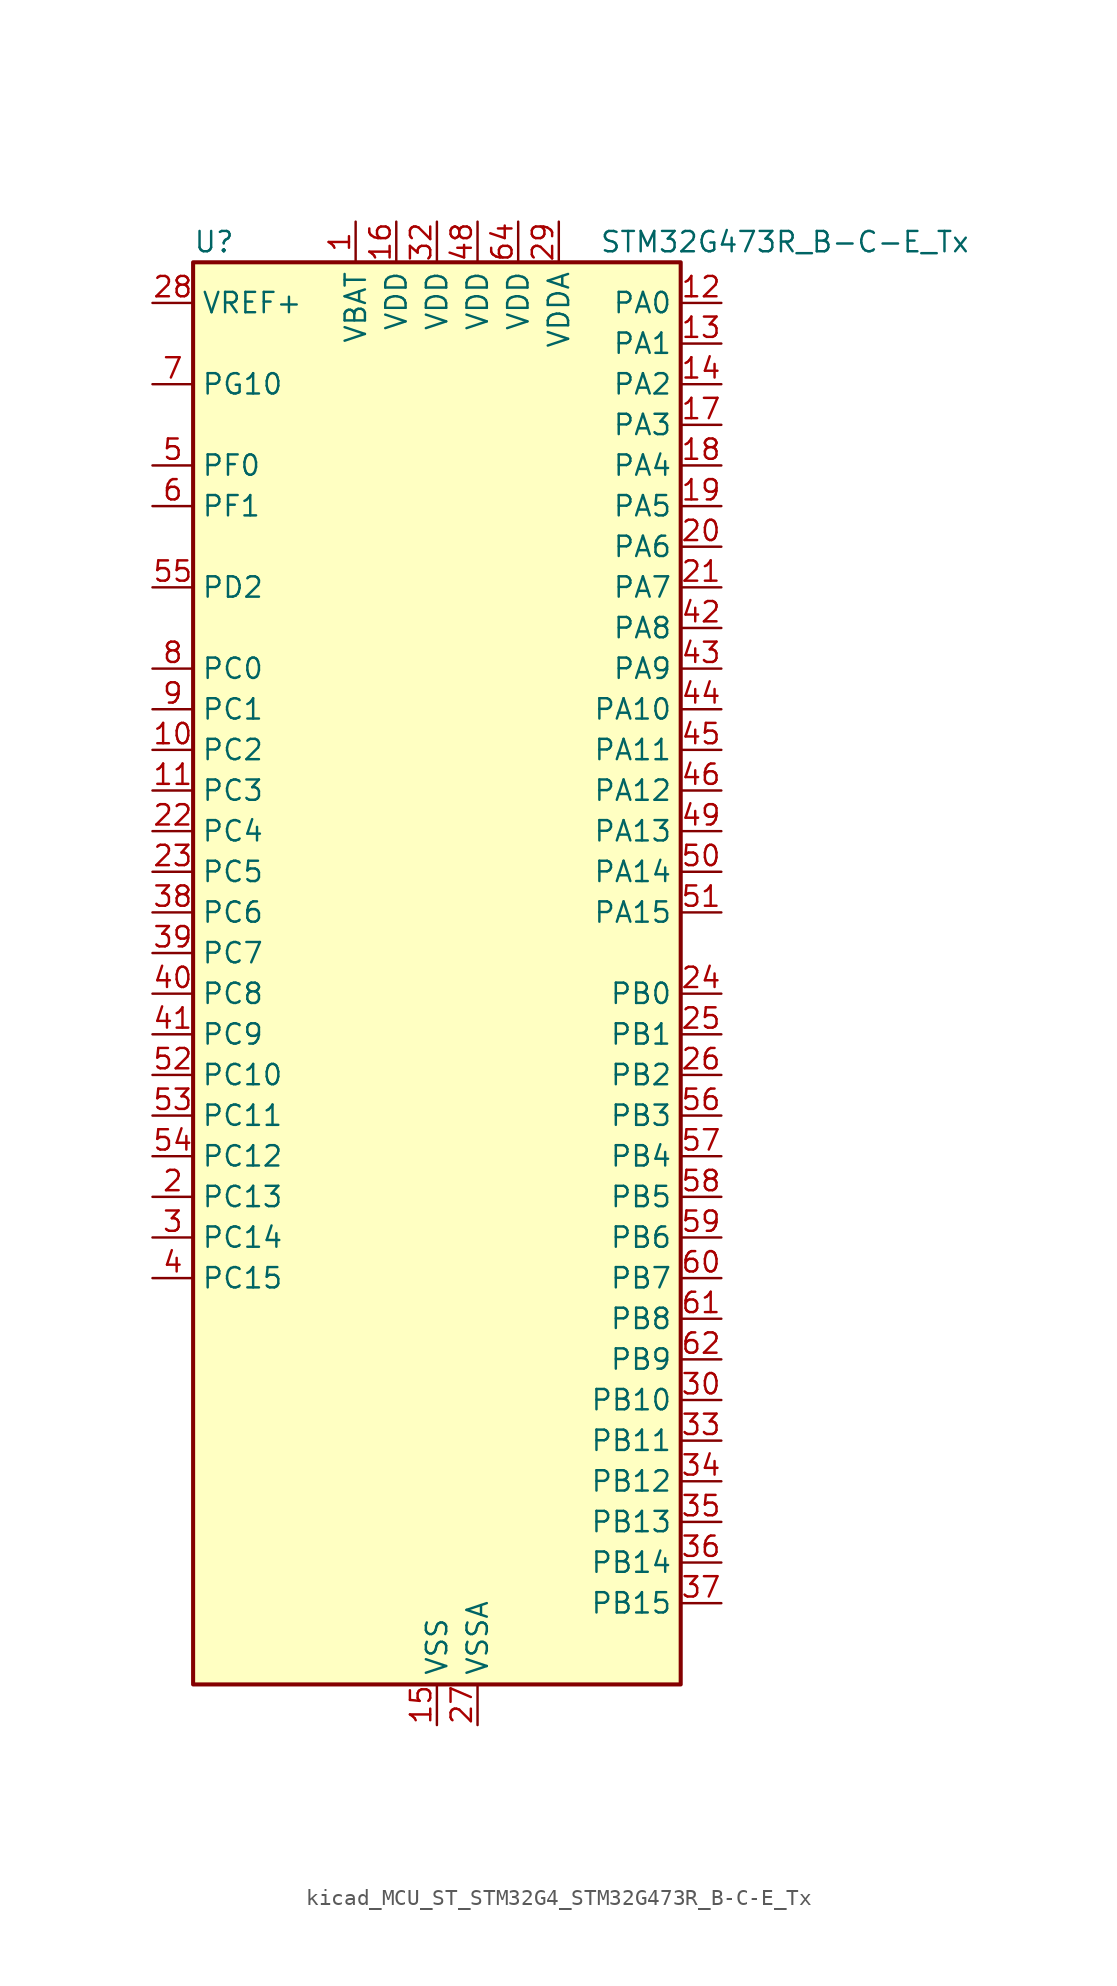
<source format=kicad_sym>
(kicad_symbol_lib
  (version 20220914)
  (generator kicad_symbol_editor)
  (symbol "kicad_MCU_ST_STM32G4_STM32G473R_B-C-E_Tx"
    (property "Reference" "U"
      (at -15.24 46.99 0)
      (effects (font (size 1.27 1.27)) (justify left)))
    (property "Value" "STM32G473R_B-C-E_Tx"
      (at 10.16 46.99 0)
      (effects (font (size 1.27 1.27)) (justify left)))
    (property "ki_locked" ""
      (at 0 0 0)
      (effects (font (size 1.27 1.27))))
    (symbol "kicad_MCU_ST_STM32G4_STM32G473R_B-C-E_Tx_0_1"
      (rectangle (start -15.24 -43.18) (end 15.24 45.72) (stroke (width 0.254) (type default)) (fill (type background))))
    (symbol "kicad_MCU_ST_STM32G4_STM32G473R_B-C-E_Tx_1_1"
      (pin power_in line (at -5.08 48.26 270) (length 2.54) (name "VBAT" (effects (font (size 1.27 1.27)))) (number "1" (effects (font (size 1.27 1.27)))))
      (pin bidirectional line (at -17.78 15.24 0) (length 2.54) (name "PC2" (effects (font (size 1.27 1.27)))) (number "10" (effects (font (size 1.27 1.27)))) (alternate "ADC1_IN8" bidirectional line) (alternate "ADC2_IN8" bidirectional line) (alternate "ADC3_EXTI2" bidirectional line) (alternate "ADC4_EXTI2" bidirectional line) (alternate "ADC5_EXTI2" bidirectional line) (alternate "COMP3_OUT" bidirectional line) (alternate "LPTIM1_IN2" bidirectional line) (alternate "QUADSPI1_BK2_IO1" bidirectional line) (alternate "TIM1_CH3" bidirectional line) (alternate "TIM20_CH2" bidirectional line))
      (pin bidirectional line (at -17.78 12.7 0) (length 2.54) (name "PC3" (effects (font (size 1.27 1.27)))) (number "11" (effects (font (size 1.27 1.27)))) (alternate "ADC1_IN9" bidirectional line) (alternate "ADC2_IN9" bidirectional line) (alternate "ADC3_EXTI3" bidirectional line) (alternate "ADC4_EXTI3" bidirectional line) (alternate "ADC5_EXTI3" bidirectional line) (alternate "LPTIM1_ETR" bidirectional line) (alternate "OPAMP5_VINP" bidirectional line) (alternate "OPAMP5_VINP_SEC" bidirectional line) (alternate "QUADSPI1_BK2_IO2" bidirectional line) (alternate "SAI1_D1" bidirectional line) (alternate "SAI1_SD_A" bidirectional line) (alternate "TIM1_BKIN2" bidirectional line) (alternate "TIM1_CH4" bidirectional line))
      (pin bidirectional line (at 17.78 43.18 180) (length 2.54) (name "PA0" (effects (font (size 1.27 1.27)))) (number "12" (effects (font (size 1.27 1.27)))) (alternate "ADC1_IN1" bidirectional line) (alternate "ADC2_IN1" bidirectional line) (alternate "COMP1_INM" bidirectional line) (alternate "COMP1_OUT" bidirectional line) (alternate "COMP3_INP" bidirectional line) (alternate "RTC_TAMP2" bidirectional line) (alternate "SYS_WKUP1" bidirectional line) (alternate "TIM2_CH1" bidirectional line) (alternate "TIM2_ETR" bidirectional line) (alternate "TIM5_CH1" bidirectional line) (alternate "TIM8_BKIN" bidirectional line) (alternate "TIM8_ETR" bidirectional line) (alternate "USART2_CTS" bidirectional line) (alternate "USART2_NSS" bidirectional line))
      (pin bidirectional line (at 17.78 40.64 180) (length 2.54) (name "PA1" (effects (font (size 1.27 1.27)))) (number "13" (effects (font (size 1.27 1.27)))) (alternate "ADC1_IN2" bidirectional line) (alternate "ADC2_IN2" bidirectional line) (alternate "COMP1_INP" bidirectional line) (alternate "OPAMP1_VINP" bidirectional line) (alternate "OPAMP1_VINP_SEC" bidirectional line) (alternate "OPAMP3_VINP" bidirectional line) (alternate "OPAMP3_VINP_SEC" bidirectional line) (alternate "OPAMP6_VINM" bidirectional line) (alternate "OPAMP6_VINM0" bidirectional line) (alternate "OPAMP6_VINM_SEC" bidirectional line) (alternate "RTC_REFIN" bidirectional line) (alternate "TIM15_CH1N" bidirectional line) (alternate "TIM2_CH2" bidirectional line) (alternate "TIM5_CH2" bidirectional line) (alternate "USART2_DE" bidirectional line) (alternate "USART2_RTS" bidirectional line))
      (pin bidirectional line (at 17.78 38.1 180) (length 2.54) (name "PA2" (effects (font (size 1.27 1.27)))) (number "14" (effects (font (size 1.27 1.27)))) (alternate "ADC1_IN3" bidirectional line) (alternate "ADC3_EXTI2" bidirectional line) (alternate "ADC4_EXTI2" bidirectional line) (alternate "ADC5_EXTI2" bidirectional line) (alternate "COMP2_INM" bidirectional line) (alternate "COMP2_OUT" bidirectional line) (alternate "LPUART1_TX" bidirectional line) (alternate "OPAMP1_VOUT" bidirectional line) (alternate "QUADSPI1_BK1_NCS" bidirectional line) (alternate "RCC_LSCO" bidirectional line) (alternate "SYS_WKUP4" bidirectional line) (alternate "TIM15_CH1" bidirectional line) (alternate "TIM2_CH3" bidirectional line) (alternate "TIM5_CH3" bidirectional line) (alternate "UCPD1_FRSTX1" bidirectional line) (alternate "UCPD1_FRSTX2" bidirectional line) (alternate "USART2_TX" bidirectional line))
      (pin power_in line (at 0 -45.72 90) (length 2.54) (name "VSS" (effects (font (size 1.27 1.27)))) (number "15" (effects (font (size 1.27 1.27)))))
      (pin power_in line (at -2.54 48.26 270) (length 2.54) (name "VDD" (effects (font (size 1.27 1.27)))) (number "16" (effects (font (size 1.27 1.27)))))
      (pin bidirectional line (at 17.78 35.56 180) (length 2.54) (name "PA3" (effects (font (size 1.27 1.27)))) (number "17" (effects (font (size 1.27 1.27)))) (alternate "ADC1_IN4" bidirectional line) (alternate "ADC3_EXTI3" bidirectional line) (alternate "ADC4_EXTI3" bidirectional line) (alternate "ADC5_EXTI3" bidirectional line) (alternate "COMP2_INP" bidirectional line) (alternate "LPUART1_RX" bidirectional line) (alternate "OPAMP1_VINM" bidirectional line) (alternate "OPAMP1_VINM0" bidirectional line) (alternate "OPAMP1_VINM_SEC" bidirectional line) (alternate "OPAMP1_VINP" bidirectional line) (alternate "OPAMP1_VINP_SEC" bidirectional line) (alternate "OPAMP5_VINM" bidirectional line) (alternate "OPAMP5_VINM1" bidirectional line) (alternate "OPAMP5_VINM_SEC" bidirectional line) (alternate "QUADSPI1_CLK" bidirectional line) (alternate "SAI1_CK1" bidirectional line) (alternate "SAI1_MCLK_A" bidirectional line) (alternate "TIM15_CH2" bidirectional line) (alternate "TIM2_CH4" bidirectional line) (alternate "TIM5_CH4" bidirectional line) (alternate "USART2_RX" bidirectional line))
      (pin bidirectional line (at 17.78 33.02 180) (length 2.54) (name "PA4" (effects (font (size 1.27 1.27)))) (number "18" (effects (font (size 1.27 1.27)))) (alternate "ADC2_IN17" bidirectional line) (alternate "COMP1_INM" bidirectional line) (alternate "DAC1_OUT1" bidirectional line) (alternate "I2S3_WS" bidirectional line) (alternate "SAI1_FS_B" bidirectional line) (alternate "SPI1_NSS" bidirectional line) (alternate "SPI3_NSS" bidirectional line) (alternate "TIM3_CH2" bidirectional line) (alternate "USART2_CK" bidirectional line))
      (pin bidirectional line (at 17.78 30.48 180) (length 2.54) (name "PA5" (effects (font (size 1.27 1.27)))) (number "19" (effects (font (size 1.27 1.27)))) (alternate "ADC2_IN13" bidirectional line) (alternate "COMP2_INM" bidirectional line) (alternate "DAC1_OUT2" bidirectional line) (alternate "OPAMP2_VINM" bidirectional line) (alternate "OPAMP2_VINM0" bidirectional line) (alternate "OPAMP2_VINM_SEC" bidirectional line) (alternate "SPI1_SCK" bidirectional line) (alternate "TIM2_CH1" bidirectional line) (alternate "TIM2_ETR" bidirectional line) (alternate "UCPD1_FRSTX1" bidirectional line) (alternate "UCPD1_FRSTX2" bidirectional line))
      (pin bidirectional line (at -17.78 -12.7 0) (length 2.54) (name "PC13" (effects (font (size 1.27 1.27)))) (number "2" (effects (font (size 1.27 1.27)))) (alternate "RTC_OUT1" bidirectional line) (alternate "RTC_TAMP1" bidirectional line) (alternate "RTC_TS" bidirectional line) (alternate "SYS_WKUP2" bidirectional line) (alternate "TIM1_BKIN" bidirectional line) (alternate "TIM1_CH1N" bidirectional line) (alternate "TIM8_CH4N" bidirectional line))
      (pin bidirectional line (at 17.78 27.94 180) (length 2.54) (name "PA6" (effects (font (size 1.27 1.27)))) (number "20" (effects (font (size 1.27 1.27)))) (alternate "ADC2_IN3" bidirectional line) (alternate "COMP1_OUT" bidirectional line) (alternate "DAC2_OUT1" bidirectional line) (alternate "LPUART1_CTS" bidirectional line) (alternate "OPAMP2_VOUT" bidirectional line) (alternate "QUADSPI1_BK1_IO3" bidirectional line) (alternate "SPI1_MISO" bidirectional line) (alternate "TIM16_CH1" bidirectional line) (alternate "TIM1_BKIN" bidirectional line) (alternate "TIM3_CH1" bidirectional line) (alternate "TIM8_BKIN" bidirectional line))
      (pin bidirectional line (at 17.78 25.4 180) (length 2.54) (name "PA7" (effects (font (size 1.27 1.27)))) (number "21" (effects (font (size 1.27 1.27)))) (alternate "ADC2_IN4" bidirectional line) (alternate "COMP2_INP" bidirectional line) (alternate "COMP2_OUT" bidirectional line) (alternate "OPAMP1_VINP" bidirectional line) (alternate "OPAMP1_VINP_SEC" bidirectional line) (alternate "OPAMP2_VINP" bidirectional line) (alternate "OPAMP2_VINP_SEC" bidirectional line) (alternate "QUADSPI1_BK1_IO2" bidirectional line) (alternate "SPI1_MOSI" bidirectional line) (alternate "TIM17_CH1" bidirectional line) (alternate "TIM1_CH1N" bidirectional line) (alternate "TIM3_CH2" bidirectional line) (alternate "TIM8_CH1N" bidirectional line) (alternate "UCPD1_FRSTX1" bidirectional line) (alternate "UCPD1_FRSTX2" bidirectional line))
      (pin bidirectional line (at -17.78 10.16 0) (length 2.54) (name "PC4" (effects (font (size 1.27 1.27)))) (number "22" (effects (font (size 1.27 1.27)))) (alternate "ADC2_IN5" bidirectional line) (alternate "I2C2_SCL" bidirectional line) (alternate "QUADSPI1_BK2_IO3" bidirectional line) (alternate "TIM1_ETR" bidirectional line) (alternate "USART1_TX" bidirectional line))
      (pin bidirectional line (at -17.78 7.62 0) (length 2.54) (name "PC5" (effects (font (size 1.27 1.27)))) (number "23" (effects (font (size 1.27 1.27)))) (alternate "ADC2_IN11" bidirectional line) (alternate "OPAMP1_VINM" bidirectional line) (alternate "OPAMP1_VINM1" bidirectional line) (alternate "OPAMP1_VINM_SEC" bidirectional line) (alternate "OPAMP2_VINM" bidirectional line) (alternate "OPAMP2_VINM1" bidirectional line) (alternate "OPAMP2_VINM_SEC" bidirectional line) (alternate "SAI1_D3" bidirectional line) (alternate "SYS_WKUP5" bidirectional line) (alternate "TIM15_BKIN" bidirectional line) (alternate "TIM1_CH4N" bidirectional line) (alternate "USART1_RX" bidirectional line))
      (pin bidirectional line (at 17.78 0 180) (length 2.54) (name "PB0" (effects (font (size 1.27 1.27)))) (number "24" (effects (font (size 1.27 1.27)))) (alternate "ADC1_IN15" bidirectional line) (alternate "ADC3_IN12" bidirectional line) (alternate "COMP4_INP" bidirectional line) (alternate "OPAMP2_VINP" bidirectional line) (alternate "OPAMP2_VINP_SEC" bidirectional line) (alternate "OPAMP3_VINP" bidirectional line) (alternate "OPAMP3_VINP_SEC" bidirectional line) (alternate "QUADSPI1_BK1_IO1" bidirectional line) (alternate "TIM1_CH2N" bidirectional line) (alternate "TIM3_CH3" bidirectional line) (alternate "TIM8_CH2N" bidirectional line) (alternate "UCPD1_FRSTX1" bidirectional line) (alternate "UCPD1_FRSTX2" bidirectional line))
      (pin bidirectional line (at 17.78 -2.54 180) (length 2.54) (name "PB1" (effects (font (size 1.27 1.27)))) (number "25" (effects (font (size 1.27 1.27)))) (alternate "ADC1_IN12" bidirectional line) (alternate "ADC3_IN1" bidirectional line) (alternate "COMP1_INP" bidirectional line) (alternate "COMP4_OUT" bidirectional line) (alternate "LPUART1_DE" bidirectional line) (alternate "LPUART1_RTS" bidirectional line) (alternate "OPAMP3_VOUT" bidirectional line) (alternate "OPAMP6_VINM" bidirectional line) (alternate "OPAMP6_VINM1" bidirectional line) (alternate "OPAMP6_VINM_SEC" bidirectional line) (alternate "QUADSPI1_BK1_IO0" bidirectional line) (alternate "TIM1_CH3N" bidirectional line) (alternate "TIM3_CH4" bidirectional line) (alternate "TIM8_CH3N" bidirectional line))
      (pin bidirectional line (at 17.78 -5.08 180) (length 2.54) (name "PB2" (effects (font (size 1.27 1.27)))) (number "26" (effects (font (size 1.27 1.27)))) (alternate "ADC2_IN12" bidirectional line) (alternate "ADC3_EXTI2" bidirectional line) (alternate "ADC4_EXTI2" bidirectional line) (alternate "ADC5_EXTI2" bidirectional line) (alternate "COMP4_INM" bidirectional line) (alternate "I2C3_SMBA" bidirectional line) (alternate "LPTIM1_OUT" bidirectional line) (alternate "OPAMP3_VINM" bidirectional line) (alternate "OPAMP3_VINM0" bidirectional line) (alternate "OPAMP3_VINM_SEC" bidirectional line) (alternate "QUADSPI1_BK2_IO1" bidirectional line) (alternate "RTC_OUT2" bidirectional line) (alternate "TIM20_CH1" bidirectional line) (alternate "TIM5_CH1" bidirectional line))
      (pin power_in line (at 2.54 -45.72 90) (length 2.54) (name "VSSA" (effects (font (size 1.27 1.27)))) (number "27" (effects (font (size 1.27 1.27)))))
      (pin input line (at -17.78 43.18 0) (length 2.54) (name "VREF+" (effects (font (size 1.27 1.27)))) (number "28" (effects (font (size 1.27 1.27)))) (alternate "VREFBUF_OUT" bidirectional line))
      (pin power_in line (at 7.62 48.26 270) (length 2.54) (name "VDDA" (effects (font (size 1.27 1.27)))) (number "29" (effects (font (size 1.27 1.27)))))
      (pin bidirectional line (at -17.78 -15.24 0) (length 2.54) (name "PC14" (effects (font (size 1.27 1.27)))) (number "3" (effects (font (size 1.27 1.27)))) (alternate "RCC_OSC32_IN" bidirectional line))
      (pin bidirectional line (at 17.78 -25.4 180) (length 2.54) (name "PB10" (effects (font (size 1.27 1.27)))) (number "30" (effects (font (size 1.27 1.27)))) (alternate "COMP5_INM" bidirectional line) (alternate "DAC1_EXTI10" bidirectional line) (alternate "DAC2_EXTI10" bidirectional line) (alternate "DAC3_EXTI10" bidirectional line) (alternate "DAC4_EXTI10" bidirectional line) (alternate "LPUART1_RX" bidirectional line) (alternate "OPAMP3_VINM" bidirectional line) (alternate "OPAMP3_VINM1" bidirectional line) (alternate "OPAMP3_VINM_SEC" bidirectional line) (alternate "OPAMP4_VINM" bidirectional line) (alternate "OPAMP4_VINM0" bidirectional line) (alternate "OPAMP4_VINM_SEC" bidirectional line) (alternate "QUADSPI1_CLK" bidirectional line) (alternate "SAI1_SCK_A" bidirectional line) (alternate "TIM1_BKIN" bidirectional line) (alternate "TIM2_CH3" bidirectional line) (alternate "USART3_TX" bidirectional line))
      (pin passive line (at 0 -45.72 90) (length 2.54) hide (name "VSS" (effects (font (size 1.27 1.27)))) (number "31" (effects (font (size 1.27 1.27)))))
      (pin power_in line (at 0 48.26 270) (length 2.54) (name "VDD" (effects (font (size 1.27 1.27)))) (number "32" (effects (font (size 1.27 1.27)))))
      (pin bidirectional line (at 17.78 -27.94 180) (length 2.54) (name "PB11" (effects (font (size 1.27 1.27)))) (number "33" (effects (font (size 1.27 1.27)))) (alternate "ADC1_EXTI11" bidirectional line) (alternate "ADC1_IN14" bidirectional line) (alternate "ADC2_EXTI11" bidirectional line) (alternate "ADC2_IN14" bidirectional line) (alternate "COMP6_INP" bidirectional line) (alternate "LPUART1_TX" bidirectional line) (alternate "OPAMP4_VINP" bidirectional line) (alternate "OPAMP4_VINP_SEC" bidirectional line) (alternate "OPAMP6_VOUT" bidirectional line) (alternate "QUADSPI1_BK1_NCS" bidirectional line) (alternate "TIM2_CH4" bidirectional line) (alternate "USART3_RX" bidirectional line))
      (pin bidirectional line (at 17.78 -30.48 180) (length 2.54) (name "PB12" (effects (font (size 1.27 1.27)))) (number "34" (effects (font (size 1.27 1.27)))) (alternate "ADC1_IN11" bidirectional line) (alternate "ADC4_IN3" bidirectional line) (alternate "COMP7_INM" bidirectional line) (alternate "FDCAN2_RX" bidirectional line) (alternate "I2C2_SMBA" bidirectional line) (alternate "I2S2_WS" bidirectional line) (alternate "LPUART1_DE" bidirectional line) (alternate "LPUART1_RTS" bidirectional line) (alternate "OPAMP4_VOUT" bidirectional line) (alternate "OPAMP6_VINP" bidirectional line) (alternate "OPAMP6_VINP_SEC" bidirectional line) (alternate "SPI2_NSS" bidirectional line) (alternate "TIM1_BKIN" bidirectional line) (alternate "TIM5_ETR" bidirectional line) (alternate "USART3_CK" bidirectional line))
      (pin bidirectional line (at 17.78 -33.02 180) (length 2.54) (name "PB13" (effects (font (size 1.27 1.27)))) (number "35" (effects (font (size 1.27 1.27)))) (alternate "ADC3_IN5" bidirectional line) (alternate "COMP5_INP" bidirectional line) (alternate "FDCAN2_TX" bidirectional line) (alternate "I2S2_CK" bidirectional line) (alternate "LPUART1_CTS" bidirectional line) (alternate "OPAMP3_VINP" bidirectional line) (alternate "OPAMP3_VINP_SEC" bidirectional line) (alternate "OPAMP4_VINP" bidirectional line) (alternate "OPAMP4_VINP_SEC" bidirectional line) (alternate "OPAMP6_VINP" bidirectional line) (alternate "OPAMP6_VINP_SEC" bidirectional line) (alternate "SPI2_SCK" bidirectional line) (alternate "TIM1_CH1N" bidirectional line) (alternate "USART3_CTS" bidirectional line) (alternate "USART3_NSS" bidirectional line))
      (pin bidirectional line (at 17.78 -35.56 180) (length 2.54) (name "PB14" (effects (font (size 1.27 1.27)))) (number "36" (effects (font (size 1.27 1.27)))) (alternate "ADC1_IN5" bidirectional line) (alternate "ADC4_IN4" bidirectional line) (alternate "COMP4_OUT" bidirectional line) (alternate "COMP7_INP" bidirectional line) (alternate "OPAMP2_VINP" bidirectional line) (alternate "OPAMP2_VINP_SEC" bidirectional line) (alternate "OPAMP5_VINP" bidirectional line) (alternate "OPAMP5_VINP_SEC" bidirectional line) (alternate "SPI2_MISO" bidirectional line) (alternate "TIM15_CH1" bidirectional line) (alternate "TIM1_CH2N" bidirectional line) (alternate "USART3_DE" bidirectional line) (alternate "USART3_RTS" bidirectional line))
      (pin bidirectional line (at 17.78 -38.1 180) (length 2.54) (name "PB15" (effects (font (size 1.27 1.27)))) (number "37" (effects (font (size 1.27 1.27)))) (alternate "ADC1_EXTI15" bidirectional line) (alternate "ADC2_EXTI15" bidirectional line) (alternate "ADC2_IN15" bidirectional line) (alternate "ADC4_IN5" bidirectional line) (alternate "COMP3_OUT" bidirectional line) (alternate "COMP6_INM" bidirectional line) (alternate "I2S2_SD" bidirectional line) (alternate "OPAMP5_VINM" bidirectional line) (alternate "OPAMP5_VINM0" bidirectional line) (alternate "OPAMP5_VINM_SEC" bidirectional line) (alternate "RTC_REFIN" bidirectional line) (alternate "SPI2_MOSI" bidirectional line) (alternate "TIM15_CH1N" bidirectional line) (alternate "TIM15_CH2" bidirectional line) (alternate "TIM1_CH3N" bidirectional line))
      (pin bidirectional line (at -17.78 5.08 0) (length 2.54) (name "PC6" (effects (font (size 1.27 1.27)))) (number "38" (effects (font (size 1.27 1.27)))) (alternate "COMP6_OUT" bidirectional line) (alternate "I2C4_SCL" bidirectional line) (alternate "I2S2_MCK" bidirectional line) (alternate "TIM3_CH1" bidirectional line) (alternate "TIM8_CH1" bidirectional line))
      (pin bidirectional line (at -17.78 2.54 0) (length 2.54) (name "PC7" (effects (font (size 1.27 1.27)))) (number "39" (effects (font (size 1.27 1.27)))) (alternate "COMP5_OUT" bidirectional line) (alternate "I2C4_SDA" bidirectional line) (alternate "I2S3_MCK" bidirectional line) (alternate "TIM3_CH2" bidirectional line) (alternate "TIM8_CH2" bidirectional line))
      (pin bidirectional line (at -17.78 -17.78 0) (length 2.54) (name "PC15" (effects (font (size 1.27 1.27)))) (number "4" (effects (font (size 1.27 1.27)))) (alternate "ADC1_EXTI15" bidirectional line) (alternate "ADC2_EXTI15" bidirectional line) (alternate "RCC_OSC32_OUT" bidirectional line))
      (pin bidirectional line (at -17.78 0 0) (length 2.54) (name "PC8" (effects (font (size 1.27 1.27)))) (number "40" (effects (font (size 1.27 1.27)))) (alternate "COMP7_OUT" bidirectional line) (alternate "I2C3_SCL" bidirectional line) (alternate "TIM20_CH3" bidirectional line) (alternate "TIM3_CH3" bidirectional line) (alternate "TIM8_CH3" bidirectional line))
      (pin bidirectional line (at -17.78 -2.54 0) (length 2.54) (name "PC9" (effects (font (size 1.27 1.27)))) (number "41" (effects (font (size 1.27 1.27)))) (alternate "DAC1_EXTI9" bidirectional line) (alternate "DAC2_EXTI9" bidirectional line) (alternate "DAC3_EXTI9" bidirectional line) (alternate "DAC4_EXTI9" bidirectional line) (alternate "I2C3_SDA" bidirectional line) (alternate "I2S_CKIN" bidirectional line) (alternate "TIM3_CH4" bidirectional line) (alternate "TIM8_BKIN2" bidirectional line) (alternate "TIM8_CH4" bidirectional line))
      (pin bidirectional line (at 17.78 22.86 180) (length 2.54) (name "PA8" (effects (font (size 1.27 1.27)))) (number "42" (effects (font (size 1.27 1.27)))) (alternate "ADC5_IN1" bidirectional line) (alternate "COMP7_OUT" bidirectional line) (alternate "FDCAN3_RX" bidirectional line) (alternate "I2C2_SDA" bidirectional line) (alternate "I2C3_SCL" bidirectional line) (alternate "I2S2_MCK" bidirectional line) (alternate "OPAMP5_VOUT" bidirectional line) (alternate "RCC_MCO" bidirectional line) (alternate "SAI1_CK2" bidirectional line) (alternate "SAI1_SCK_A" bidirectional line) (alternate "TIM1_CH1" bidirectional line) (alternate "TIM4_ETR" bidirectional line) (alternate "USART1_CK" bidirectional line))
      (pin bidirectional line (at 17.78 20.32 180) (length 2.54) (name "PA9" (effects (font (size 1.27 1.27)))) (number "43" (effects (font (size 1.27 1.27)))) (alternate "ADC5_IN2" bidirectional line) (alternate "COMP5_OUT" bidirectional line) (alternate "DAC1_EXTI9" bidirectional line) (alternate "DAC2_EXTI9" bidirectional line) (alternate "DAC3_EXTI9" bidirectional line) (alternate "DAC4_EXTI9" bidirectional line) (alternate "I2C2_SCL" bidirectional line) (alternate "I2C3_SMBA" bidirectional line) (alternate "I2S3_MCK" bidirectional line) (alternate "SAI1_FS_A" bidirectional line) (alternate "TIM15_BKIN" bidirectional line) (alternate "TIM1_CH2" bidirectional line) (alternate "TIM2_CH3" bidirectional line) (alternate "UCPD1_DBCC1" bidirectional line) (alternate "USART1_TX" bidirectional line))
      (pin bidirectional line (at 17.78 17.78 180) (length 2.54) (name "PA10" (effects (font (size 1.27 1.27)))) (number "44" (effects (font (size 1.27 1.27)))) (alternate "COMP6_OUT" bidirectional line) (alternate "CRS_SYNC" bidirectional line) (alternate "DAC1_EXTI10" bidirectional line) (alternate "DAC2_EXTI10" bidirectional line) (alternate "DAC3_EXTI10" bidirectional line) (alternate "DAC4_EXTI10" bidirectional line) (alternate "I2C2_SMBA" bidirectional line) (alternate "SAI1_D1" bidirectional line) (alternate "SAI1_SD_A" bidirectional line) (alternate "SPI2_MISO" bidirectional line) (alternate "TIM17_BKIN" bidirectional line) (alternate "TIM1_CH3" bidirectional line) (alternate "TIM2_CH4" bidirectional line) (alternate "TIM8_BKIN" bidirectional line) (alternate "UCPD1_DBCC2" bidirectional line) (alternate "USART1_RX" bidirectional line))
      (pin bidirectional line (at 17.78 15.24 180) (length 2.54) (name "PA11" (effects (font (size 1.27 1.27)))) (number "45" (effects (font (size 1.27 1.27)))) (alternate "ADC1_EXTI11" bidirectional line) (alternate "ADC2_EXTI11" bidirectional line) (alternate "COMP1_OUT" bidirectional line) (alternate "FDCAN1_RX" bidirectional line) (alternate "I2S2_SD" bidirectional line) (alternate "SPI2_MOSI" bidirectional line) (alternate "TIM1_BKIN2" bidirectional line) (alternate "TIM1_CH1N" bidirectional line) (alternate "TIM1_CH4" bidirectional line) (alternate "TIM4_CH1" bidirectional line) (alternate "USART1_CTS" bidirectional line) (alternate "USART1_NSS" bidirectional line) (alternate "USB_DM" bidirectional line))
      (pin bidirectional line (at 17.78 12.7 180) (length 2.54) (name "PA12" (effects (font (size 1.27 1.27)))) (number "46" (effects (font (size 1.27 1.27)))) (alternate "COMP2_OUT" bidirectional line) (alternate "FDCAN1_TX" bidirectional line) (alternate "I2S_CKIN" bidirectional line) (alternate "TIM16_CH1" bidirectional line) (alternate "TIM1_CH2N" bidirectional line) (alternate "TIM1_ETR" bidirectional line) (alternate "TIM4_CH2" bidirectional line) (alternate "USART1_DE" bidirectional line) (alternate "USART1_RTS" bidirectional line) (alternate "USB_DP" bidirectional line))
      (pin passive line (at 0 -45.72 90) (length 2.54) hide (name "VSS" (effects (font (size 1.27 1.27)))) (number "47" (effects (font (size 1.27 1.27)))))
      (pin power_in line (at 2.54 48.26 270) (length 2.54) (name "VDD" (effects (font (size 1.27 1.27)))) (number "48" (effects (font (size 1.27 1.27)))))
      (pin bidirectional line (at 17.78 10.16 180) (length 2.54) (name "PA13" (effects (font (size 1.27 1.27)))) (number "49" (effects (font (size 1.27 1.27)))) (alternate "I2C1_SCL" bidirectional line) (alternate "I2C4_SCL" bidirectional line) (alternate "IR_OUT" bidirectional line) (alternate "SAI1_SD_B" bidirectional line) (alternate "SYS_JTMS-SWDIO" bidirectional line) (alternate "TIM16_CH1N" bidirectional line) (alternate "TIM4_CH3" bidirectional line) (alternate "USART3_CTS" bidirectional line) (alternate "USART3_NSS" bidirectional line))
      (pin bidirectional line (at -17.78 33.02 0) (length 2.54) (name "PF0" (effects (font (size 1.27 1.27)))) (number "5" (effects (font (size 1.27 1.27)))) (alternate "ADC1_IN10" bidirectional line) (alternate "I2C2_SDA" bidirectional line) (alternate "I2S2_WS" bidirectional line) (alternate "RCC_OSC_IN" bidirectional line) (alternate "SPI2_NSS" bidirectional line) (alternate "TIM1_CH3N" bidirectional line))
      (pin bidirectional line (at 17.78 7.62 180) (length 2.54) (name "PA14" (effects (font (size 1.27 1.27)))) (number "50" (effects (font (size 1.27 1.27)))) (alternate "I2C1_SDA" bidirectional line) (alternate "I2C4_SMBA" bidirectional line) (alternate "LPTIM1_OUT" bidirectional line) (alternate "SAI1_FS_B" bidirectional line) (alternate "SYS_JTCK-SWCLK" bidirectional line) (alternate "TIM1_BKIN" bidirectional line) (alternate "TIM8_CH2" bidirectional line) (alternate "USART2_TX" bidirectional line))
      (pin bidirectional line (at 17.78 5.08 180) (length 2.54) (name "PA15" (effects (font (size 1.27 1.27)))) (number "51" (effects (font (size 1.27 1.27)))) (alternate "ADC1_EXTI15" bidirectional line) (alternate "ADC2_EXTI15" bidirectional line) (alternate "FDCAN3_TX" bidirectional line) (alternate "I2C1_SCL" bidirectional line) (alternate "I2S3_WS" bidirectional line) (alternate "SPI1_NSS" bidirectional line) (alternate "SPI3_NSS" bidirectional line) (alternate "SYS_JTDI" bidirectional line) (alternate "TIM1_BKIN" bidirectional line) (alternate "TIM2_CH1" bidirectional line) (alternate "TIM2_ETR" bidirectional line) (alternate "TIM8_CH1" bidirectional line) (alternate "UART4_DE" bidirectional line) (alternate "UART4_RTS" bidirectional line) (alternate "USART2_RX" bidirectional line))
      (pin bidirectional line (at -17.78 -5.08 0) (length 2.54) (name "PC10" (effects (font (size 1.27 1.27)))) (number "52" (effects (font (size 1.27 1.27)))) (alternate "DAC1_EXTI10" bidirectional line) (alternate "DAC2_EXTI10" bidirectional line) (alternate "DAC3_EXTI10" bidirectional line) (alternate "DAC4_EXTI10" bidirectional line) (alternate "I2S3_CK" bidirectional line) (alternate "SPI3_SCK" bidirectional line) (alternate "TIM8_CH1N" bidirectional line) (alternate "UART4_TX" bidirectional line) (alternate "USART3_TX" bidirectional line))
      (pin bidirectional line (at -17.78 -7.62 0) (length 2.54) (name "PC11" (effects (font (size 1.27 1.27)))) (number "53" (effects (font (size 1.27 1.27)))) (alternate "ADC1_EXTI11" bidirectional line) (alternate "ADC2_EXTI11" bidirectional line) (alternate "I2C3_SDA" bidirectional line) (alternate "SPI3_MISO" bidirectional line) (alternate "TIM8_CH2N" bidirectional line) (alternate "UART4_RX" bidirectional line) (alternate "USART3_RX" bidirectional line))
      (pin bidirectional line (at -17.78 -10.16 0) (length 2.54) (name "PC12" (effects (font (size 1.27 1.27)))) (number "54" (effects (font (size 1.27 1.27)))) (alternate "I2S3_SD" bidirectional line) (alternate "SPI3_MOSI" bidirectional line) (alternate "TIM5_CH2" bidirectional line) (alternate "TIM8_CH3N" bidirectional line) (alternate "UART5_TX" bidirectional line) (alternate "UCPD1_FRSTX1" bidirectional line) (alternate "UCPD1_FRSTX2" bidirectional line) (alternate "USART3_CK" bidirectional line))
      (pin bidirectional line (at -17.78 25.4 0) (length 2.54) (name "PD2" (effects (font (size 1.27 1.27)))) (number "55" (effects (font (size 1.27 1.27)))) (alternate "ADC3_EXTI2" bidirectional line) (alternate "ADC4_EXTI2" bidirectional line) (alternate "ADC5_EXTI2" bidirectional line) (alternate "TIM3_ETR" bidirectional line) (alternate "TIM8_BKIN" bidirectional line) (alternate "UART5_RX" bidirectional line))
      (pin bidirectional line (at 17.78 -7.62 180) (length 2.54) (name "PB3" (effects (font (size 1.27 1.27)))) (number "56" (effects (font (size 1.27 1.27)))) (alternate "ADC3_EXTI3" bidirectional line) (alternate "ADC4_EXTI3" bidirectional line) (alternate "ADC5_EXTI3" bidirectional line) (alternate "CRS_SYNC" bidirectional line) (alternate "FDCAN3_RX" bidirectional line) (alternate "I2S3_CK" bidirectional line) (alternate "SAI1_SCK_B" bidirectional line) (alternate "SPI1_SCK" bidirectional line) (alternate "SPI3_SCK" bidirectional line) (alternate "SYS_JTDO-SWO" bidirectional line) (alternate "TIM2_CH2" bidirectional line) (alternate "TIM3_ETR" bidirectional line) (alternate "TIM4_ETR" bidirectional line) (alternate "TIM8_CH1N" bidirectional line) (alternate "USART2_TX" bidirectional line))
      (pin bidirectional line (at 17.78 -10.16 180) (length 2.54) (name "PB4" (effects (font (size 1.27 1.27)))) (number "57" (effects (font (size 1.27 1.27)))) (alternate "FDCAN3_TX" bidirectional line) (alternate "SAI1_MCLK_B" bidirectional line) (alternate "SPI1_MISO" bidirectional line) (alternate "SPI3_MISO" bidirectional line) (alternate "SYS_JTRST" bidirectional line) (alternate "TIM16_CH1" bidirectional line) (alternate "TIM17_BKIN" bidirectional line) (alternate "TIM3_CH1" bidirectional line) (alternate "TIM8_CH2N" bidirectional line) (alternate "UART5_DE" bidirectional line) (alternate "UART5_RTS" bidirectional line) (alternate "UCPD1_CC2" bidirectional line) (alternate "USART2_RX" bidirectional line))
      (pin bidirectional line (at 17.78 -12.7 180) (length 2.54) (name "PB5" (effects (font (size 1.27 1.27)))) (number "58" (effects (font (size 1.27 1.27)))) (alternate "FDCAN2_RX" bidirectional line) (alternate "I2C1_SMBA" bidirectional line) (alternate "I2C3_SDA" bidirectional line) (alternate "I2S3_SD" bidirectional line) (alternate "LPTIM1_IN1" bidirectional line) (alternate "SAI1_SD_B" bidirectional line) (alternate "SPI1_MOSI" bidirectional line) (alternate "SPI3_MOSI" bidirectional line) (alternate "TIM16_BKIN" bidirectional line) (alternate "TIM17_CH1" bidirectional line) (alternate "TIM3_CH2" bidirectional line) (alternate "TIM8_CH3N" bidirectional line) (alternate "UART5_CTS" bidirectional line) (alternate "USART2_CK" bidirectional line))
      (pin bidirectional line (at 17.78 -15.24 180) (length 2.54) (name "PB6" (effects (font (size 1.27 1.27)))) (number "59" (effects (font (size 1.27 1.27)))) (alternate "COMP4_OUT" bidirectional line) (alternate "FDCAN2_TX" bidirectional line) (alternate "LPTIM1_ETR" bidirectional line) (alternate "SAI1_FS_B" bidirectional line) (alternate "TIM16_CH1N" bidirectional line) (alternate "TIM4_CH1" bidirectional line) (alternate "TIM8_BKIN2" bidirectional line) (alternate "TIM8_CH1" bidirectional line) (alternate "TIM8_ETR" bidirectional line) (alternate "UCPD1_CC1" bidirectional line) (alternate "USART1_TX" bidirectional line))
      (pin bidirectional line (at -17.78 30.48 0) (length 2.54) (name "PF1" (effects (font (size 1.27 1.27)))) (number "6" (effects (font (size 1.27 1.27)))) (alternate "ADC2_IN10" bidirectional line) (alternate "COMP3_INM" bidirectional line) (alternate "I2S2_CK" bidirectional line) (alternate "RCC_OSC_OUT" bidirectional line) (alternate "SPI2_SCK" bidirectional line))
      (pin bidirectional line (at 17.78 -17.78 180) (length 2.54) (name "PB7" (effects (font (size 1.27 1.27)))) (number "60" (effects (font (size 1.27 1.27)))) (alternate "COMP3_OUT" bidirectional line) (alternate "I2C1_SDA" bidirectional line) (alternate "I2C4_SDA" bidirectional line) (alternate "LPTIM1_IN2" bidirectional line) (alternate "SYS_PVD_IN" bidirectional line) (alternate "TIM17_CH1N" bidirectional line) (alternate "TIM3_CH4" bidirectional line) (alternate "TIM4_CH2" bidirectional line) (alternate "TIM8_BKIN" bidirectional line) (alternate "UART4_CTS" bidirectional line) (alternate "USART1_RX" bidirectional line))
      (pin bidirectional line (at 17.78 -20.32 180) (length 2.54) (name "PB8" (effects (font (size 1.27 1.27)))) (number "61" (effects (font (size 1.27 1.27)))) (alternate "COMP1_OUT" bidirectional line) (alternate "FDCAN1_RX" bidirectional line) (alternate "I2C1_SCL" bidirectional line) (alternate "SAI1_CK1" bidirectional line) (alternate "SAI1_MCLK_A" bidirectional line) (alternate "TIM16_CH1" bidirectional line) (alternate "TIM1_BKIN" bidirectional line) (alternate "TIM4_CH3" bidirectional line) (alternate "TIM8_CH2" bidirectional line) (alternate "USART3_RX" bidirectional line))
      (pin bidirectional line (at 17.78 -22.86 180) (length 2.54) (name "PB9" (effects (font (size 1.27 1.27)))) (number "62" (effects (font (size 1.27 1.27)))) (alternate "COMP2_OUT" bidirectional line) (alternate "DAC1_EXTI9" bidirectional line) (alternate "DAC2_EXTI9" bidirectional line) (alternate "DAC3_EXTI9" bidirectional line) (alternate "DAC4_EXTI9" bidirectional line) (alternate "FDCAN1_TX" bidirectional line) (alternate "I2C1_SDA" bidirectional line) (alternate "IR_OUT" bidirectional line) (alternate "SAI1_D2" bidirectional line) (alternate "SAI1_FS_A" bidirectional line) (alternate "TIM17_CH1" bidirectional line) (alternate "TIM1_CH3N" bidirectional line) (alternate "TIM4_CH4" bidirectional line) (alternate "TIM8_CH3" bidirectional line) (alternate "USART3_TX" bidirectional line))
      (pin passive line (at 0 -45.72 90) (length 2.54) hide (name "VSS" (effects (font (size 1.27 1.27)))) (number "63" (effects (font (size 1.27 1.27)))))
      (pin power_in line (at 5.08 48.26 270) (length 2.54) (name "VDD" (effects (font (size 1.27 1.27)))) (number "64" (effects (font (size 1.27 1.27)))))
      (pin bidirectional line (at -17.78 38.1 0) (length 2.54) (name "PG10" (effects (font (size 1.27 1.27)))) (number "7" (effects (font (size 1.27 1.27)))) (alternate "DAC1_EXTI10" bidirectional line) (alternate "DAC2_EXTI10" bidirectional line) (alternate "DAC3_EXTI10" bidirectional line) (alternate "DAC4_EXTI10" bidirectional line) (alternate "RCC_MCO" bidirectional line))
      (pin bidirectional line (at -17.78 20.32 0) (length 2.54) (name "PC0" (effects (font (size 1.27 1.27)))) (number "8" (effects (font (size 1.27 1.27)))) (alternate "ADC1_IN6" bidirectional line) (alternate "ADC2_IN6" bidirectional line) (alternate "COMP3_INM" bidirectional line) (alternate "LPTIM1_IN1" bidirectional line) (alternate "LPUART1_RX" bidirectional line) (alternate "TIM1_CH1" bidirectional line))
      (pin bidirectional line (at -17.78 17.78 0) (length 2.54) (name "PC1" (effects (font (size 1.27 1.27)))) (number "9" (effects (font (size 1.27 1.27)))) (alternate "ADC1_IN7" bidirectional line) (alternate "ADC2_IN7" bidirectional line) (alternate "COMP3_INP" bidirectional line) (alternate "LPTIM1_OUT" bidirectional line) (alternate "LPUART1_TX" bidirectional line) (alternate "QUADSPI1_BK2_IO0" bidirectional line) (alternate "SAI1_SD_A" bidirectional line) (alternate "TIM1_CH2" bidirectional line)))))
</source>
